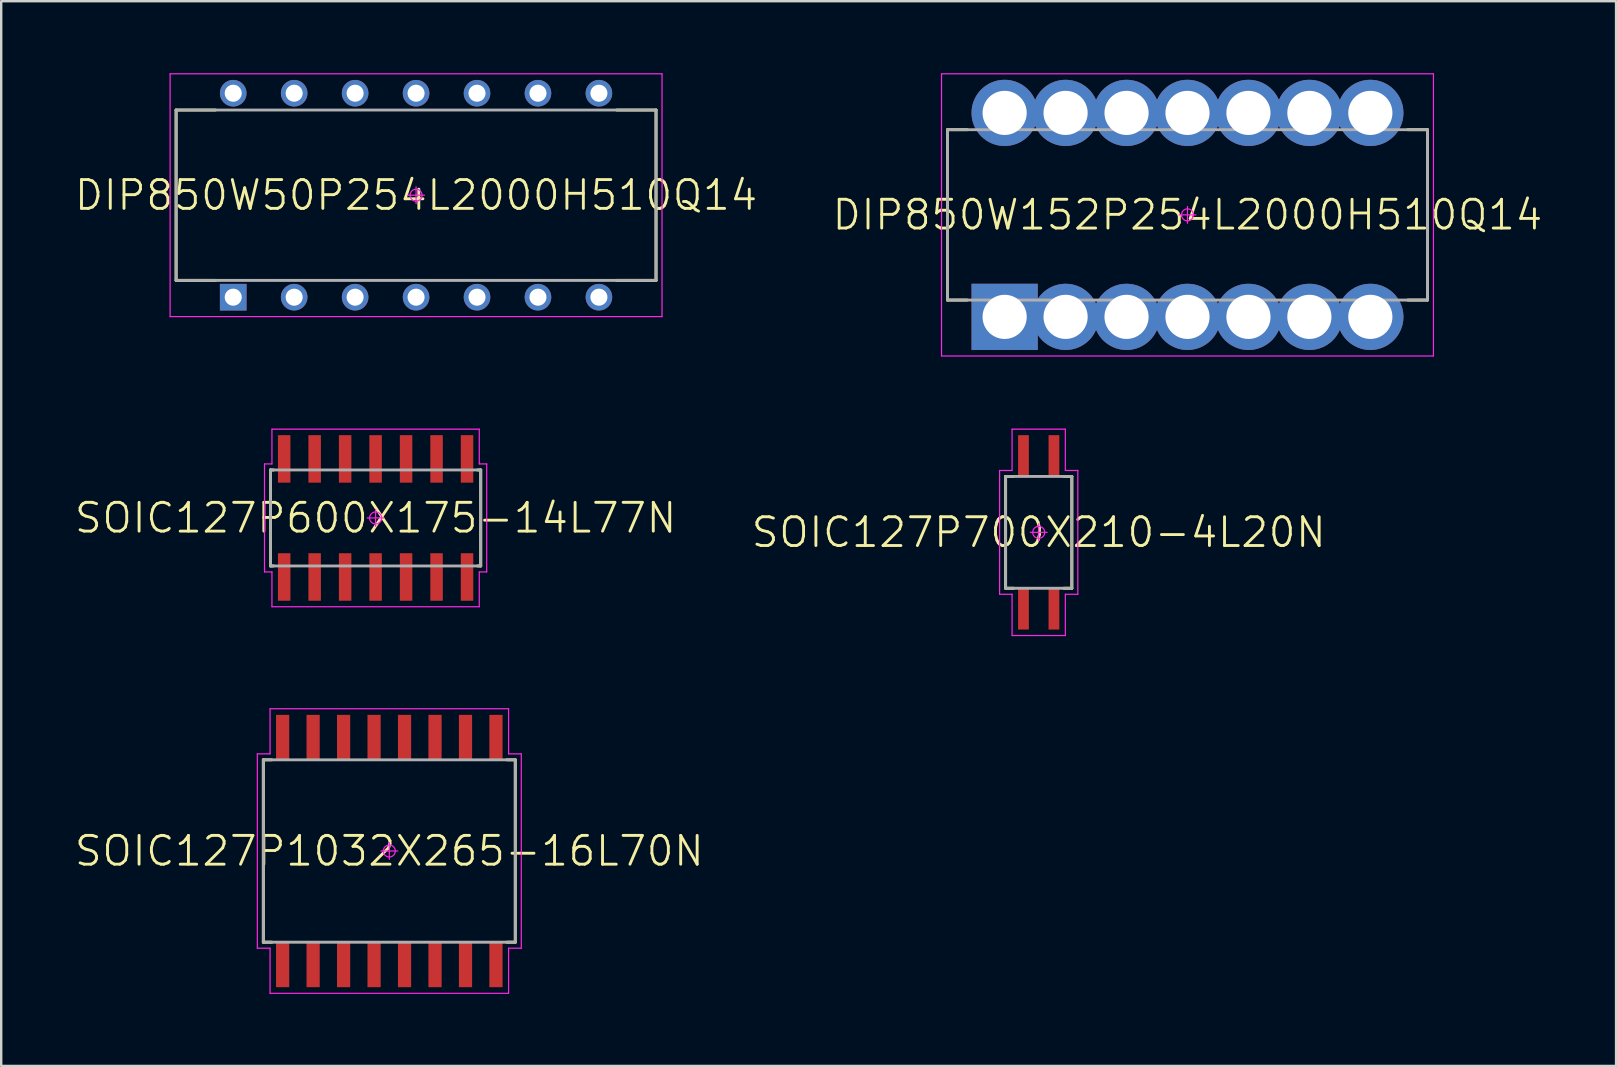
<source format=kicad_pcb>
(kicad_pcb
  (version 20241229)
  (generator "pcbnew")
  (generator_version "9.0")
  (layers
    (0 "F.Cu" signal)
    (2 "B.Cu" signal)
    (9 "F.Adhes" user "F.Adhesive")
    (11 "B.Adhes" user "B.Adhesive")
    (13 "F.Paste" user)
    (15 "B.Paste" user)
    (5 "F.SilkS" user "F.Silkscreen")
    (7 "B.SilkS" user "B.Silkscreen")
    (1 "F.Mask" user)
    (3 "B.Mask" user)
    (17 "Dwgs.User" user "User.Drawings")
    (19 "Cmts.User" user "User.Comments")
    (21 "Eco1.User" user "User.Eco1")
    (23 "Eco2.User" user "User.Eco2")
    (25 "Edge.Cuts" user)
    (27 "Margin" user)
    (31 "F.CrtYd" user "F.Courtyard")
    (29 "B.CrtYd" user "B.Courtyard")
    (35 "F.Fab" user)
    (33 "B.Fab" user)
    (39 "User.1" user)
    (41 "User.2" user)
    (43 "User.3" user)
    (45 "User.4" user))
  (footprint "DIP850W152P254L2000H510Q14"
    (layer "F.Cu")
    (at 46.437 5.905)
    (property "Reference" "DIP850W152P254L2000H510Q14" (at 0 0 0) (layer "F.SilkS") (effects (font (size 1.2 1.2) (thickness 0.12))))
    (attr through_hole)
    (fp_line (start -10 -3.55) (end -9.18 -3.55) (stroke (width 0.12) (type solid)) (layer "F.SilkS"))
    (fp_line (start -10 3.55) (end -10 -3.55) (stroke (width 0.12) (type solid)) (layer "F.SilkS"))
    (fp_line (start -9.18 3.55) (end -10 3.55) (stroke (width 0.12) (type solid)) (layer "F.SilkS"))
    (fp_line (start 9.18 3.55) (end 10 3.55) (stroke (width 0.12) (type solid)) (layer "F.SilkS"))
    (fp_line (start 10 -3.55) (end 9.18 -3.55) (stroke (width 0.12) (type solid)) (layer "F.SilkS"))
    (fp_line (start 10 3.55) (end 10 -3.55) (stroke (width 0.12) (type solid)) (layer "F.SilkS"))
    (fp_line (start -10.25 -5.88) (end 10.25 -5.88) (stroke (width 0.05) (type solid)) (layer "F.CrtYd"))
    (fp_line (start -10.25 5.88) (end -10.25 -5.88) (stroke (width 0.05) (type solid)) (layer "F.CrtYd"))
    (fp_line (start -0.35 0) (end 0.35 0) (stroke (width 0.05) (type solid)) (layer "F.CrtYd"))
    (fp_line (start 0 -0.35) (end 0 0.35) (stroke (width 0.05) (type solid)) (layer "F.CrtYd"))
    (fp_line (start 10.25 -5.88) (end 10.25 5.88) (stroke (width 0.05) (type solid)) (layer "F.CrtYd"))
    (fp_line (start 10.25 5.88) (end -10.25 5.88) (stroke (width 0.05) (type solid)) (layer "F.CrtYd"))
    (fp_circle (center 0 0) (end 0 0.25) (stroke (width 0.05) (type solid)) (fill no) (layer "F.CrtYd"))
    (fp_line (start -10 -3.55) (end 10 -3.55) (stroke (width 0.12) (type solid)) (layer "F.Fab"))
    (fp_line (start -10 3.55) (end -10 -3.55) (stroke (width 0.12) (type solid)) (layer "F.Fab"))
    (fp_line (start 10 -3.55) (end 10 3.55) (stroke (width 0.12) (type solid)) (layer "F.Fab"))
    (fp_line (start 10 3.55) (end -10 3.55) (stroke (width 0.12) (type solid)) (layer "F.Fab"))
    (pad "1" thru_hole rect (at -7.62 4.25) (size 2.76 2.76) (drill 1.84) (layers "*.Cu" "*.Mask"))
    (pad "2" thru_hole circle (at -5.08 4.25) (size 2.76 2.76) (drill 1.84) (layers "*.Cu" "*.Mask"))
    (pad "3" thru_hole circle (at -2.54 4.25) (size 2.76 2.76) (drill 1.84) (layers "*.Cu" "*.Mask"))
    (pad "4" thru_hole circle (at 0 4.25) (size 2.76 2.76) (drill 1.84) (layers "*.Cu" "*.Mask"))
    (pad "5" thru_hole circle (at 2.54 4.25) (size 2.76 2.76) (drill 1.84) (layers "*.Cu" "*.Mask"))
    (pad "6" thru_hole circle (at 5.08 4.25) (size 2.76 2.76) (drill 1.84) (layers "*.Cu" "*.Mask"))
    (pad "7" thru_hole circle (at 7.62 4.25) (size 2.76 2.76) (drill 1.84) (layers "*.Cu" "*.Mask"))
    (pad "8" thru_hole circle (at 7.62 -4.25) (size 2.76 2.76) (drill 1.84) (layers "*.Cu" "*.Mask"))
    (pad "9" thru_hole circle (at 5.08 -4.25) (size 2.76 2.76) (drill 1.84) (layers "*.Cu" "*.Mask"))
    (pad "10" thru_hole circle (at 2.54 -4.25) (size 2.76 2.76) (drill 1.84) (layers "*.Cu" "*.Mask"))
    (pad "11" thru_hole circle (at 0 -4.25) (size 2.76 2.76) (drill 1.84) (layers "*.Cu" "*.Mask"))
    (pad "12" thru_hole circle (at -2.54 -4.25) (size 2.76 2.76) (drill 1.84) (layers "*.Cu" "*.Mask"))
    (pad "13" thru_hole circle (at -5.08 -4.25) (size 2.76 2.76) (drill 1.84) (layers "*.Cu" "*.Mask"))
    (pad "14" thru_hole circle (at -7.62 -4.25) (size 2.76 2.76) (drill 1.84) (layers "*.Cu" "*.Mask")))
  (footprint "SOIC127P700X210-4L20N"
    (layer "F.Cu")
    (at 40.237 19.135)
    (property "Reference" "SOIC127P700X210-4L20N" (at 0 0 0) (layer "F.SilkS") (effects (font (size 1.2 1.2) (thickness 0.12))))
    (attr smd)
    (fp_line (start -1.38 -2.33) (end -1.04 -2.33) (stroke (width 0.12) (type solid)) (layer "F.SilkS"))
    (fp_line (start -1.38 2.33) (end -1.38 -2.33) (stroke (width 0.12) (type solid)) (layer "F.SilkS"))
    (fp_line (start -1.04 2.33) (end -1.38 2.33) (stroke (width 0.12) (type solid)) (layer "F.SilkS"))
    (fp_line (start 1.04 2.33) (end 1.38 2.33) (stroke (width 0.12) (type solid)) (layer "F.SilkS"))
    (fp_line (start 1.38 -2.33) (end 1.04 -2.33) (stroke (width 0.12) (type solid)) (layer "F.SilkS"))
    (fp_line (start 1.38 2.33) (end 1.38 -2.33) (stroke (width 0.12) (type solid)) (layer "F.SilkS"))
    (fp_line (start -1.63 -2.58) (end -1.63 2.58) (stroke (width 0.05) (type solid)) (layer "F.CrtYd"))
    (fp_line (start -1.63 2.58) (end -1.11 2.58) (stroke (width 0.05) (type solid)) (layer "F.CrtYd"))
    (fp_line (start -1.11 -4.3) (end -1.11 -2.58) (stroke (width 0.05) (type solid)) (layer "F.CrtYd"))
    (fp_line (start -1.11 -2.58) (end -1.63 -2.58) (stroke (width 0.05) (type solid)) (layer "F.CrtYd"))
    (fp_line (start -1.11 2.58) (end -1.11 4.3) (stroke (width 0.05) (type solid)) (layer "F.CrtYd"))
    (fp_line (start -1.11 4.3) (end 1.11 4.3) (stroke (width 0.05) (type solid)) (layer "F.CrtYd"))
    (fp_line (start -0.35 0) (end 0.35 0) (stroke (width 0.05) (type solid)) (layer "F.CrtYd"))
    (fp_line (start 0 -0.35) (end 0 0.35) (stroke (width 0.05) (type solid)) (layer "F.CrtYd"))
    (fp_line (start 1.11 -4.3) (end -1.11 -4.3) (stroke (width 0.05) (type solid)) (layer "F.CrtYd"))
    (fp_line (start 1.11 -2.58) (end 1.11 -4.3) (stroke (width 0.05) (type solid)) (layer "F.CrtYd"))
    (fp_line (start 1.11 2.58) (end 1.63 2.58) (stroke (width 0.05) (type solid)) (layer "F.CrtYd"))
    (fp_line (start 1.11 4.3) (end 1.11 2.58) (stroke (width 0.05) (type solid)) (layer "F.CrtYd"))
    (fp_line (start 1.63 -2.58) (end 1.11 -2.58) (stroke (width 0.05) (type solid)) (layer "F.CrtYd"))
    (fp_line (start 1.63 2.58) (end 1.63 -2.58) (stroke (width 0.05) (type solid)) (layer "F.CrtYd"))
    (fp_circle (center 0 0) (end 0 0.25) (stroke (width 0.05) (type solid)) (fill no) (layer "F.CrtYd"))
    (fp_line (start -1.38 -2.33) (end 1.38 -2.33) (stroke (width 0.12) (type solid)) (layer "F.Fab"))
    (fp_line (start -1.38 2.33) (end -1.38 -2.33) (stroke (width 0.12) (type solid)) (layer "F.Fab"))
    (fp_line (start 1.38 -2.33) (end 1.38 2.33) (stroke (width 0.12) (type solid)) (layer "F.Fab"))
    (fp_line (start 1.38 2.33) (end -1.38 2.33) (stroke (width 0.12) (type solid)) (layer "F.Fab"))
    (pad "1" smd rect (at -0.635 3.195 90) (size 1.71 0.45) (layers "F.Cu" "F.Mask" "F.Paste"))
    (pad "2" smd rect (at 0.635 3.195 90) (size 1.71 0.45) (layers "F.Cu" "F.Mask" "F.Paste"))
    (pad "3" smd rect (at 0.635 -3.195 90) (size 1.71 0.45) (layers "F.Cu" "F.Mask" "F.Paste"))
    (pad "4" smd rect (at -0.635 -3.195 90) (size 1.71 0.45) (layers "F.Cu" "F.Mask" "F.Paste")))
  (footprint "SOIC127P1032X265-16L70N"
    (layer "F.Cu")
    (at 13.174 32.415)
    (property "Reference" "SOIC127P1032X265-16L70N" (at 0 0 0) (layer "F.SilkS") (effects (font (size 1.2 1.2) (thickness 0.12))))
    (attr smd)
    (fp_line (start -5.25 -3.8) (end -4.9 -3.8) (stroke (width 0.12) (type solid)) (layer "F.SilkS"))
    (fp_line (start -5.25 3.8) (end -5.25 -3.8) (stroke (width 0.12) (type solid)) (layer "F.SilkS"))
    (fp_line (start -4.9 3.8) (end -5.25 3.8) (stroke (width 0.12) (type solid)) (layer "F.SilkS"))
    (fp_line (start 4.9 3.8) (end 5.25 3.8) (stroke (width 0.12) (type solid)) (layer "F.SilkS"))
    (fp_line (start 5.25 -3.8) (end 4.9 -3.8) (stroke (width 0.12) (type solid)) (layer "F.SilkS"))
    (fp_line (start 5.25 3.8) (end 5.25 -3.8) (stroke (width 0.12) (type solid)) (layer "F.SilkS"))
    (fp_line (start -5.5 -4.05) (end -5.5 4.05) (stroke (width 0.05) (type solid)) (layer "F.CrtYd"))
    (fp_line (start -5.5 4.05) (end -4.97 4.05) (stroke (width 0.05) (type solid)) (layer "F.CrtYd"))
    (fp_line (start -4.97 -5.93) (end -4.97 -4.05) (stroke (width 0.05) (type solid)) (layer "F.CrtYd"))
    (fp_line (start -4.97 -4.05) (end -5.5 -4.05) (stroke (width 0.05) (type solid)) (layer "F.CrtYd"))
    (fp_line (start -4.97 4.05) (end -4.97 5.93) (stroke (width 0.05) (type solid)) (layer "F.CrtYd"))
    (fp_line (start -4.97 5.93) (end 4.97 5.93) (stroke (width 0.05) (type solid)) (layer "F.CrtYd"))
    (fp_line (start -0.35 0) (end 0.35 0) (stroke (width 0.05) (type solid)) (layer "F.CrtYd"))
    (fp_line (start 0 -0.35) (end 0 0.35) (stroke (width 0.05) (type solid)) (layer "F.CrtYd"))
    (fp_line (start 4.97 -5.93) (end -4.97 -5.93) (stroke (width 0.05) (type solid)) (layer "F.CrtYd"))
    (fp_line (start 4.97 -4.05) (end 4.97 -5.93) (stroke (width 0.05) (type solid)) (layer "F.CrtYd"))
    (fp_line (start 4.97 4.05) (end 5.5 4.05) (stroke (width 0.05) (type solid)) (layer "F.CrtYd"))
    (fp_line (start 4.97 5.93) (end 4.97 4.05) (stroke (width 0.05) (type solid)) (layer "F.CrtYd"))
    (fp_line (start 5.5 -4.05) (end 4.97 -4.05) (stroke (width 0.05) (type solid)) (layer "F.CrtYd"))
    (fp_line (start 5.5 4.05) (end 5.5 -4.05) (stroke (width 0.05) (type solid)) (layer "F.CrtYd"))
    (fp_circle (center 0 0) (end 0 0.25) (stroke (width 0.05) (type solid)) (fill no) (layer "F.CrtYd"))
    (fp_line (start -5.25 -3.8) (end 5.25 -3.8) (stroke (width 0.12) (type solid)) (layer "F.Fab"))
    (fp_line (start -5.25 3.8) (end -5.25 -3.8) (stroke (width 0.12) (type solid)) (layer "F.Fab"))
    (fp_line (start 5.25 -3.8) (end 5.25 3.8) (stroke (width 0.12) (type solid)) (layer "F.Fab"))
    (fp_line (start 5.25 3.8) (end -5.25 3.8) (stroke (width 0.12) (type solid)) (layer "F.Fab"))
    (pad "1" smd rect (at -4.445 4.72 90) (size 1.91 0.55) (layers "F.Cu" "F.Mask" "F.Paste"))
    (pad "2" smd rect (at -3.175 4.72 90) (size 1.91 0.55) (layers "F.Cu" "F.Mask" "F.Paste"))
    (pad "3" smd rect (at -1.905 4.72 90) (size 1.91 0.55) (layers "F.Cu" "F.Mask" "F.Paste"))
    (pad "4" smd rect (at -0.635 4.72 90) (size 1.91 0.55) (layers "F.Cu" "F.Mask" "F.Paste"))
    (pad "5" smd rect (at 0.635 4.72 90) (size 1.91 0.55) (layers "F.Cu" "F.Mask" "F.Paste"))
    (pad "6" smd rect (at 1.905 4.72 90) (size 1.91 0.55) (layers "F.Cu" "F.Mask" "F.Paste"))
    (pad "7" smd rect (at 3.175 4.72 90) (size 1.91 0.55) (layers "F.Cu" "F.Mask" "F.Paste"))
    (pad "8" smd rect (at 4.445 4.72 90) (size 1.91 0.55) (layers "F.Cu" "F.Mask" "F.Paste"))
    (pad "9" smd rect (at 4.445 -4.72 90) (size 1.91 0.55) (layers "F.Cu" "F.Mask" "F.Paste"))
    (pad "10" smd rect (at 3.175 -4.72 90) (size 1.91 0.55) (layers "F.Cu" "F.Mask" "F.Paste"))
    (pad "11" smd rect (at 1.905 -4.72 90) (size 1.91 0.55) (layers "F.Cu" "F.Mask" "F.Paste"))
    (pad "12" smd rect (at 0.635 -4.72 90) (size 1.91 0.55) (layers "F.Cu" "F.Mask" "F.Paste"))
    (pad "13" smd rect (at -0.635 -4.72 90) (size 1.91 0.55) (layers "F.Cu" "F.Mask" "F.Paste"))
    (pad "14" smd rect (at -1.905 -4.72 90) (size 1.91 0.55) (layers "F.Cu" "F.Mask" "F.Paste"))
    (pad "15" smd rect (at -3.175 -4.72 90) (size 1.91 0.55) (layers "F.Cu" "F.Mask" "F.Paste"))
    (pad "16" smd rect (at -4.445 -4.72 90) (size 1.91 0.55) (layers "F.Cu" "F.Mask" "F.Paste")))
  (footprint "DIP850W50P254L2000H510Q14"
    (layer "F.Cu")
    (at 14.289 5.085)
    (property "Reference" "DIP850W50P254L2000H510Q14" (at 0 0 0) (layer "F.SilkS") (effects (font (size 1.2 1.2) (thickness 0.12))))
    (attr through_hole)
    (fp_line (start -10 -3.55) (end -8.36 -3.55) (stroke (width 0.12) (type solid)) (layer "F.SilkS"))
    (fp_line (start -10 3.55) (end -10 -3.55) (stroke (width 0.12) (type solid)) (layer "F.SilkS"))
    (fp_line (start -8.36 3.55) (end -10 3.55) (stroke (width 0.12) (type solid)) (layer "F.SilkS"))
    (fp_line (start 8.36 3.55) (end 10 3.55) (stroke (width 0.12) (type solid)) (layer "F.SilkS"))
    (fp_line (start 10 -3.55) (end 8.36 -3.55) (stroke (width 0.12) (type solid)) (layer "F.SilkS"))
    (fp_line (start 10 3.55) (end 10 -3.55) (stroke (width 0.12) (type solid)) (layer "F.SilkS"))
    (fp_line (start -10.25 -5.06) (end 10.25 -5.06) (stroke (width 0.05) (type solid)) (layer "F.CrtYd"))
    (fp_line (start -10.25 5.06) (end -10.25 -5.06) (stroke (width 0.05) (type solid)) (layer "F.CrtYd"))
    (fp_line (start -0.35 0) (end 0.35 0) (stroke (width 0.05) (type solid)) (layer "F.CrtYd"))
    (fp_line (start 0 -0.35) (end 0 0.35) (stroke (width 0.05) (type solid)) (layer "F.CrtYd"))
    (fp_line (start 10.25 -5.06) (end 10.25 5.06) (stroke (width 0.05) (type solid)) (layer "F.CrtYd"))
    (fp_line (start 10.25 5.06) (end -10.25 5.06) (stroke (width 0.05) (type solid)) (layer "F.CrtYd"))
    (fp_circle (center 0 0) (end 0 0.25) (stroke (width 0.05) (type solid)) (fill no) (layer "F.CrtYd"))
    (fp_line (start -10 -3.55) (end 10 -3.55) (stroke (width 0.12) (type solid)) (layer "F.Fab"))
    (fp_line (start -10 3.55) (end -10 -3.55) (stroke (width 0.12) (type solid)) (layer "F.Fab"))
    (fp_line (start 10 -3.55) (end 10 3.55) (stroke (width 0.12) (type solid)) (layer "F.Fab"))
    (fp_line (start 10 3.55) (end -10 3.55) (stroke (width 0.12) (type solid)) (layer "F.Fab"))
    (pad "1" thru_hole rect (at -7.62 4.25) (size 1.11 1.11) (drill 0.71) (layers "*.Cu" "*.Mask"))
    (pad "2" thru_hole circle (at -5.08 4.25) (size 1.11 1.11) (drill 0.71) (layers "*.Cu" "*.Mask"))
    (pad "3" thru_hole circle (at -2.54 4.25) (size 1.11 1.11) (drill 0.71) (layers "*.Cu" "*.Mask"))
    (pad "4" thru_hole circle (at 0 4.25) (size 1.11 1.11) (drill 0.71) (layers "*.Cu" "*.Mask"))
    (pad "5" thru_hole circle (at 2.54 4.25) (size 1.11 1.11) (drill 0.71) (layers "*.Cu" "*.Mask"))
    (pad "6" thru_hole circle (at 5.08 4.25) (size 1.11 1.11) (drill 0.71) (layers "*.Cu" "*.Mask"))
    (pad "7" thru_hole circle (at 7.62 4.25) (size 1.11 1.11) (drill 0.71) (layers "*.Cu" "*.Mask"))
    (pad "8" thru_hole circle (at 7.62 -4.25) (size 1.11 1.11) (drill 0.71) (layers "*.Cu" "*.Mask"))
    (pad "9" thru_hole circle (at 5.08 -4.25) (size 1.11 1.11) (drill 0.71) (layers "*.Cu" "*.Mask"))
    (pad "10" thru_hole circle (at 2.54 -4.25) (size 1.11 1.11) (drill 0.71) (layers "*.Cu" "*.Mask"))
    (pad "11" thru_hole circle (at 0 -4.25) (size 1.11 1.11) (drill 0.71) (layers "*.Cu" "*.Mask"))
    (pad "12" thru_hole circle (at -2.54 -4.25) (size 1.11 1.11) (drill 0.71) (layers "*.Cu" "*.Mask"))
    (pad "13" thru_hole circle (at -5.08 -4.25) (size 1.11 1.11) (drill 0.71) (layers "*.Cu" "*.Mask"))
    (pad "14" thru_hole circle (at -7.62 -4.25) (size 1.11 1.11) (drill 0.71) (layers "*.Cu" "*.Mask")))
  (footprint "SOIC127P600X175-14L77N"
    (layer "F.Cu")
    (at 12.603 18.535)
    (property "Reference" "SOIC127P600X175-14L77N" (at 0 0 0) (layer "F.SilkS") (effects (font (size 1.2 1.2) (thickness 0.12))))
    (attr smd)
    (fp_line (start -4.38 -2) (end -4.25 -2) (stroke (width 0.12) (type solid)) (layer "F.SilkS"))
    (fp_line (start -4.38 2) (end -4.38 -2) (stroke (width 0.12) (type solid)) (layer "F.SilkS"))
    (fp_line (start -4.25 2) (end -4.38 2) (stroke (width 0.12) (type solid)) (layer "F.SilkS"))
    (fp_line (start 4.25 2) (end 4.38 2) (stroke (width 0.12) (type solid)) (layer "F.SilkS"))
    (fp_line (start 4.38 -2) (end 4.25 -2) (stroke (width 0.12) (type solid)) (layer "F.SilkS"))
    (fp_line (start 4.38 2) (end 4.38 -2) (stroke (width 0.12) (type solid)) (layer "F.SilkS"))
    (fp_line (start -4.63 -2.25) (end -4.63 2.25) (stroke (width 0.05) (type solid)) (layer "F.CrtYd"))
    (fp_line (start -4.63 2.25) (end -4.32 2.25) (stroke (width 0.05) (type solid)) (layer "F.CrtYd"))
    (fp_line (start -4.32 -3.7) (end -4.32 -2.25) (stroke (width 0.05) (type solid)) (layer "F.CrtYd"))
    (fp_line (start -4.32 -2.25) (end -4.63 -2.25) (stroke (width 0.05) (type solid)) (layer "F.CrtYd"))
    (fp_line (start -4.32 2.25) (end -4.32 3.7) (stroke (width 0.05) (type solid)) (layer "F.CrtYd"))
    (fp_line (start -4.32 3.7) (end 4.32 3.7) (stroke (width 0.05) (type solid)) (layer "F.CrtYd"))
    (fp_line (start -0.35 0) (end 0.35 0) (stroke (width 0.05) (type solid)) (layer "F.CrtYd"))
    (fp_line (start 0 -0.35) (end 0 0.35) (stroke (width 0.05) (type solid)) (layer "F.CrtYd"))
    (fp_line (start 4.32 -3.7) (end -4.32 -3.7) (stroke (width 0.05) (type solid)) (layer "F.CrtYd"))
    (fp_line (start 4.32 -2.25) (end 4.32 -3.7) (stroke (width 0.05) (type solid)) (layer "F.CrtYd"))
    (fp_line (start 4.32 2.25) (end 4.63 2.25) (stroke (width 0.05) (type solid)) (layer "F.CrtYd"))
    (fp_line (start 4.32 3.7) (end 4.32 2.25) (stroke (width 0.05) (type solid)) (layer "F.CrtYd"))
    (fp_line (start 4.63 -2.25) (end 4.32 -2.25) (stroke (width 0.05) (type solid)) (layer "F.CrtYd"))
    (fp_line (start 4.63 2.25) (end 4.63 -2.25) (stroke (width 0.05) (type solid)) (layer "F.CrtYd"))
    (fp_circle (center 0 0) (end 0 0.25) (stroke (width 0.05) (type solid)) (fill no) (layer "F.CrtYd"))
    (fp_line (start -4.38 -2) (end 4.38 -2) (stroke (width 0.12) (type solid)) (layer "F.Fab"))
    (fp_line (start -4.38 2) (end -4.38 -2) (stroke (width 0.12) (type solid)) (layer "F.Fab"))
    (fp_line (start 4.38 -2) (end 4.38 2) (stroke (width 0.12) (type solid)) (layer "F.Fab"))
    (fp_line (start 4.38 2) (end -4.38 2) (stroke (width 0.12) (type solid)) (layer "F.Fab"))
    (pad "1" smd rect (at -3.81 2.46 90) (size 1.98 0.52) (layers "F.Cu" "F.Mask" "F.Paste"))
    (pad "2" smd rect (at -2.54 2.46 90) (size 1.98 0.52) (layers "F.Cu" "F.Mask" "F.Paste"))
    (pad "3" smd rect (at -1.27 2.46 90) (size 1.98 0.52) (layers "F.Cu" "F.Mask" "F.Paste"))
    (pad "4" smd rect (at 0 2.46 90) (size 1.98 0.52) (layers "F.Cu" "F.Mask" "F.Paste"))
    (pad "5" smd rect (at 1.27 2.46 90) (size 1.98 0.52) (layers "F.Cu" "F.Mask" "F.Paste"))
    (pad "6" smd rect (at 2.54 2.46 90) (size 1.98 0.52) (layers "F.Cu" "F.Mask" "F.Paste"))
    (pad "7" smd rect (at 3.81 2.46 90) (size 1.98 0.52) (layers "F.Cu" "F.Mask" "F.Paste"))
    (pad "8" smd rect (at 3.81 -2.46 90) (size 1.98 0.52) (layers "F.Cu" "F.Mask" "F.Paste"))
    (pad "9" smd rect (at 2.54 -2.46 90) (size 1.98 0.52) (layers "F.Cu" "F.Mask" "F.Paste"))
    (pad "10" smd rect (at 1.27 -2.46 90) (size 1.98 0.52) (layers "F.Cu" "F.Mask" "F.Paste"))
    (pad "11" smd rect (at 0 -2.46 90) (size 1.98 0.52) (layers "F.Cu" "F.Mask" "F.Paste"))
    (pad "12" smd rect (at -1.27 -2.46 90) (size 1.98 0.52) (layers "F.Cu" "F.Mask" "F.Paste"))
    (pad "13" smd rect (at -2.54 -2.46 90) (size 1.98 0.52) (layers "F.Cu" "F.Mask" "F.Paste"))
    (pad "14" smd rect (at -3.81 -2.46 90) (size 1.98 0.52) (layers "F.Cu" "F.Mask" "F.Paste")))
  (gr_rect
    (start -3 -3)
    (end 64.297 41.37)
    (stroke (width 0.1) (type default))
    (fill no)
    (layer "Edge.Cuts")))
</source>
